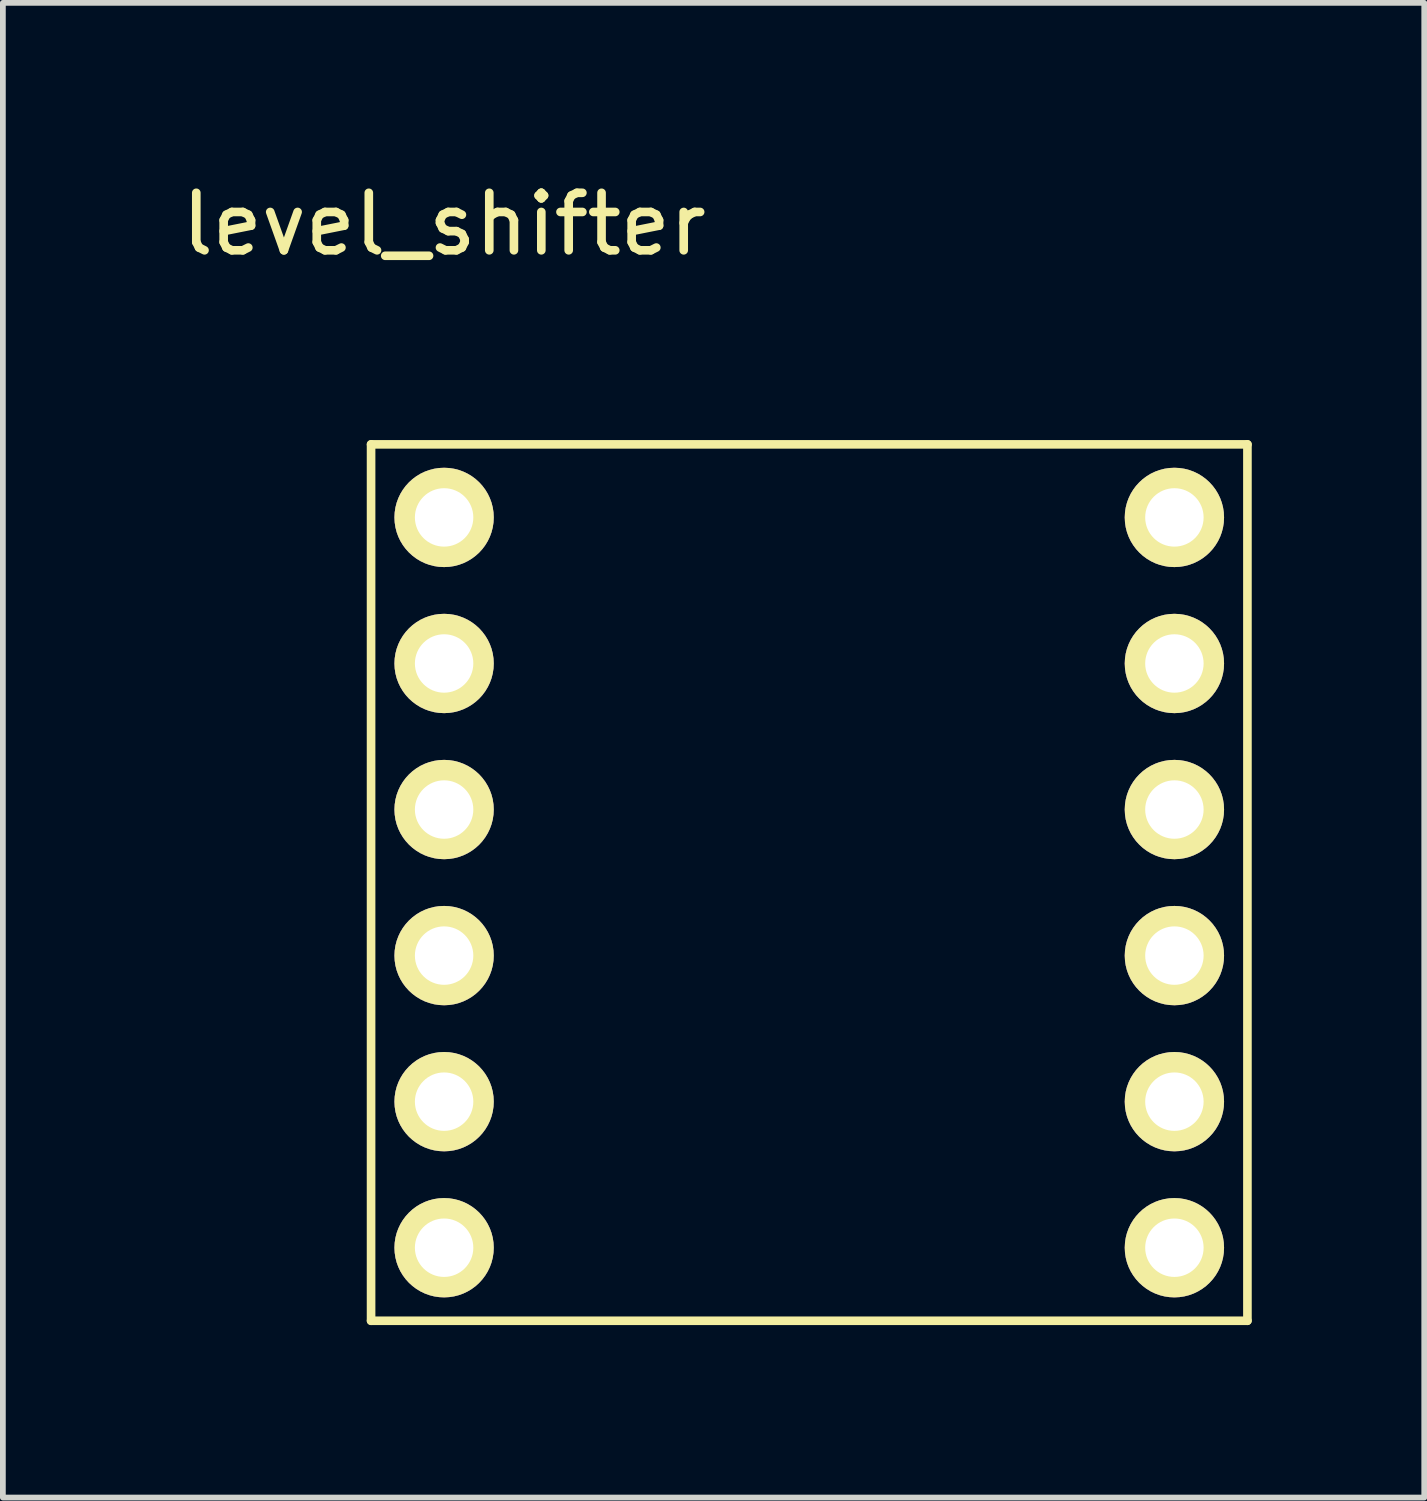
<source format=kicad_pcb>
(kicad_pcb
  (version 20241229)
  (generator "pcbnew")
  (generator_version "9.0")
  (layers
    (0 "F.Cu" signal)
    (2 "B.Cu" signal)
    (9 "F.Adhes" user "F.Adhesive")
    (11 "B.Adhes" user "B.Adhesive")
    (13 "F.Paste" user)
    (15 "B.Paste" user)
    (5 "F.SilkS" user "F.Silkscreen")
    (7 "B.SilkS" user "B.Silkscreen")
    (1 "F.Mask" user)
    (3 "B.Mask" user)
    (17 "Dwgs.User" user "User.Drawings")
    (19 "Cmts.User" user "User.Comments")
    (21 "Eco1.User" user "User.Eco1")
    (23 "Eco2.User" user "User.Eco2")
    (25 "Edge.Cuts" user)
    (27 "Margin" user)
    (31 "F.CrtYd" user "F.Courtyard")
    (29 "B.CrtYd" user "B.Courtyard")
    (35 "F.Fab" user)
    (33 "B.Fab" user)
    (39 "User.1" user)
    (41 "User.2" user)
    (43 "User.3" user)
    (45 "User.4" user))
  (footprint "level_shifter"
    (layer "F.Cu")
    (at 4.673 5.948)
    (property "Reference" "level_shifter" (at 0 -5.1 0) (layer "F.SilkS") (effects (font (size 1 1) (thickness 0.15))))
    (attr through_hole)
    (fp_line (start -1.27 -1.27) (end -1.27 13.97) (stroke (width 0.15) (type solid)) (layer "F.SilkS"))
    (fp_line (start -1.27 13.97) (end 13.97 13.97) (stroke (width 0.15) (type solid)) (layer "F.SilkS"))
    (fp_line (start 13.97 -1.27) (end -1.27 -1.27) (stroke (width 0.15) (type solid)) (layer "F.SilkS"))
    (fp_line (start 13.97 13.97) (end 13.97 -1.27) (stroke (width 0.15) (type solid)) (layer "F.SilkS"))
    (pad "1" thru_hole oval (at 0 0) (size 1.727 1.727) (drill 1.016) (layers "*.Cu" "*.Mask" "F.SilkS"))
    (pad "2" thru_hole oval (at 0 2.54) (size 1.727 1.727) (drill 1.016) (layers "*.Cu" "*.Mask" "F.SilkS"))
    (pad "3" thru_hole oval (at 0 5.08) (size 1.727 1.727) (drill 1.016) (layers "*.Cu" "*.Mask" "F.SilkS"))
    (pad "4" thru_hole oval (at 0 7.62) (size 1.727 1.727) (drill 1.016) (layers "*.Cu" "*.Mask" "F.SilkS"))
    (pad "5" thru_hole oval (at 0 10.16) (size 1.727 1.727) (drill 1.016) (layers "*.Cu" "*.Mask" "F.SilkS"))
    (pad "6" thru_hole oval (at 0 12.7) (size 1.727 1.727) (drill 1.016) (layers "*.Cu" "*.Mask" "F.SilkS"))
    (pad "7" thru_hole oval (at 12.7 12.7) (size 1.727 1.727) (drill 1.016) (layers "*.Cu" "*.Mask" "F.SilkS"))
    (pad "8" thru_hole oval (at 12.7 10.16) (size 1.727 1.727) (drill 1.016) (layers "*.Cu" "*.Mask" "F.SilkS"))
    (pad "9" thru_hole oval (at 12.7 7.62) (size 1.727 1.727) (drill 1.016) (layers "*.Cu" "*.Mask" "F.SilkS"))
    (pad "10" thru_hole oval (at 12.7 5.08) (size 1.727 1.727) (drill 1.016) (layers "*.Cu" "*.Mask" "F.SilkS"))
    (pad "11" thru_hole oval (at 12.7 2.54) (size 1.727 1.727) (drill 1.016) (layers "*.Cu" "*.Mask" "F.SilkS"))
    (pad "12" thru_hole oval (at 12.7 0) (size 1.727 1.727) (drill 1.016) (layers "*.Cu" "*.Mask" "F.SilkS")))
  (gr_rect
    (start -3 -3)
    (end 21.718 22.993)
    (stroke (width 0.1) (type default))
    (fill no)
    (layer "Edge.Cuts")))
</source>
